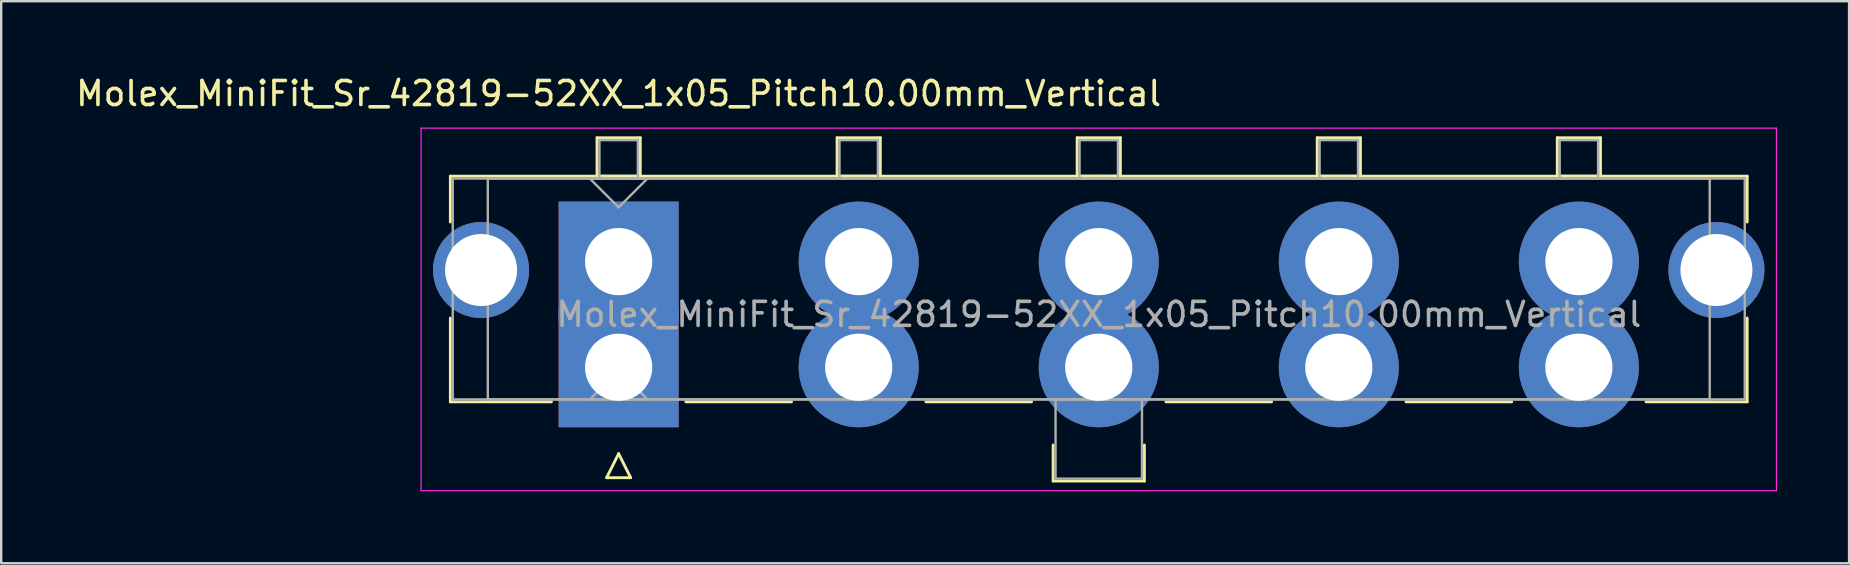
<source format=kicad_pcb>
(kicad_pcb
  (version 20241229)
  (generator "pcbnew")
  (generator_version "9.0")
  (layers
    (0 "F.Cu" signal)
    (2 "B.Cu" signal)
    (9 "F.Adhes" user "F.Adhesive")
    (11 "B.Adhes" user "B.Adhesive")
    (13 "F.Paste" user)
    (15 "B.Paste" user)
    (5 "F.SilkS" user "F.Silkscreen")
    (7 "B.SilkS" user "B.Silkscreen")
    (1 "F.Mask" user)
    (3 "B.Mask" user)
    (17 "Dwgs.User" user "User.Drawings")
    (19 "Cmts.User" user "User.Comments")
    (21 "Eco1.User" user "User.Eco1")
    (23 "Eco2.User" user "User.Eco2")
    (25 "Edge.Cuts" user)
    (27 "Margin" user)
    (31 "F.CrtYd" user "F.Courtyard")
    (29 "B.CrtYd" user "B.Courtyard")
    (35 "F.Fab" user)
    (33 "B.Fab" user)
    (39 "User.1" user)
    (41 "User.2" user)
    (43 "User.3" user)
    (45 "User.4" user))
  (footprint "Molex_MiniFit_Sr_42819-52XX_1x05_Pitch10.00mm_Vertical"
    (layer "F.Cu")
    (at 22.72 7.848)
    (property "Reference" "Molex_MiniFit_Sr_42819-52XX_1x05_Pitch10.00mm_Vertical" (at 0 -7 0) (layer "F.SilkS") (effects (font (size 1 1) (thickness 0.15))))
    (attr through_hole)
    (fp_line (start -7.01 -3.56) (end -7.01 -1.65) (stroke (width 0.12) (type solid)) (layer "F.SilkS"))
    (fp_line (start -7.01 2.35) (end -7.01 5.84) (stroke (width 0.12) (type solid)) (layer "F.SilkS"))
    (fp_line (start -7.01 5.84) (end -2.8 5.84) (stroke (width 0.12) (type solid)) (layer "F.SilkS"))
    (fp_line (start -0.9 -5.16) (end 0.9 -5.16) (stroke (width 0.12) (type solid)) (layer "F.SilkS"))
    (fp_line (start -0.9 -3.56) (end -0.9 -5.16) (stroke (width 0.12) (type solid)) (layer "F.SilkS"))
    (fp_line (start -0.5 9) (end 0 8) (stroke (width 0.12) (type solid)) (layer "F.SilkS"))
    (fp_line (start 0 8) (end 0.5 9) (stroke (width 0.12) (type solid)) (layer "F.SilkS"))
    (fp_line (start 0.5 9) (end -0.5 9) (stroke (width 0.12) (type solid)) (layer "F.SilkS"))
    (fp_line (start 0.9 -5.16) (end 0.9 -3.56) (stroke (width 0.12) (type solid)) (layer "F.SilkS"))
    (fp_line (start 0.9 -3.56) (end -0.9 -3.56) (stroke (width 0.12) (type solid)) (layer "F.SilkS"))
    (fp_line (start 2.8 5.84) (end 7.2 5.84) (stroke (width 0.12) (type solid)) (layer "F.SilkS"))
    (fp_line (start 9.1 -5.16) (end 10.9 -5.16) (stroke (width 0.12) (type solid)) (layer "F.SilkS"))
    (fp_line (start 9.1 -3.56) (end 9.1 -5.16) (stroke (width 0.12) (type solid)) (layer "F.SilkS"))
    (fp_line (start 10.9 -5.16) (end 10.9 -3.56) (stroke (width 0.12) (type solid)) (layer "F.SilkS"))
    (fp_line (start 10.9 -3.56) (end 9.1 -3.56) (stroke (width 0.12) (type solid)) (layer "F.SilkS"))
    (fp_line (start 12.8 5.84) (end 17.2 5.84) (stroke (width 0.12) (type solid)) (layer "F.SilkS"))
    (fp_line (start 18.1 7.64) (end 18.1 9.14) (stroke (width 0.12) (type solid)) (layer "F.SilkS"))
    (fp_line (start 18.1 9.14) (end 21.9 9.14) (stroke (width 0.12) (type solid)) (layer "F.SilkS"))
    (fp_line (start 19.1 -5.16) (end 20.9 -5.16) (stroke (width 0.12) (type solid)) (layer "F.SilkS"))
    (fp_line (start 19.1 -3.56) (end 19.1 -5.16) (stroke (width 0.12) (type solid)) (layer "F.SilkS"))
    (fp_line (start 20 -3.56) (end -7.01 -3.56) (stroke (width 0.12) (type solid)) (layer "F.SilkS"))
    (fp_line (start 20 -3.56) (end 47.01 -3.56) (stroke (width 0.12) (type solid)) (layer "F.SilkS"))
    (fp_line (start 20.9 -5.16) (end 20.9 -3.56) (stroke (width 0.12) (type solid)) (layer "F.SilkS"))
    (fp_line (start 20.9 -3.56) (end 19.1 -3.56) (stroke (width 0.12) (type solid)) (layer "F.SilkS"))
    (fp_line (start 21.9 9.14) (end 21.9 7.64) (stroke (width 0.12) (type solid)) (layer "F.SilkS"))
    (fp_line (start 22.8 5.84) (end 27.2 5.84) (stroke (width 0.12) (type solid)) (layer "F.SilkS"))
    (fp_line (start 29.1 -5.16) (end 30.9 -5.16) (stroke (width 0.12) (type solid)) (layer "F.SilkS"))
    (fp_line (start 29.1 -3.56) (end 29.1 -5.16) (stroke (width 0.12) (type solid)) (layer "F.SilkS"))
    (fp_line (start 30.9 -5.16) (end 30.9 -3.56) (stroke (width 0.12) (type solid)) (layer "F.SilkS"))
    (fp_line (start 30.9 -3.56) (end 29.1 -3.56) (stroke (width 0.12) (type solid)) (layer "F.SilkS"))
    (fp_line (start 32.8 5.84) (end 37.2 5.84) (stroke (width 0.12) (type solid)) (layer "F.SilkS"))
    (fp_line (start 39.1 -5.16) (end 40.9 -5.16) (stroke (width 0.12) (type solid)) (layer "F.SilkS"))
    (fp_line (start 39.1 -3.56) (end 39.1 -5.16) (stroke (width 0.12) (type solid)) (layer "F.SilkS"))
    (fp_line (start 40.9 -5.16) (end 40.9 -3.56) (stroke (width 0.12) (type solid)) (layer "F.SilkS"))
    (fp_line (start 40.9 -3.56) (end 39.1 -3.56) (stroke (width 0.12) (type solid)) (layer "F.SilkS"))
    (fp_line (start 47.01 -3.56) (end 47.01 -1.65) (stroke (width 0.12) (type solid)) (layer "F.SilkS"))
    (fp_line (start 47.01 2.35) (end 47.01 5.84) (stroke (width 0.12) (type solid)) (layer "F.SilkS"))
    (fp_line (start 47.01 5.84) (end 42.8 5.84) (stroke (width 0.12) (type solid)) (layer "F.SilkS"))
    (fp_line (start -8.23 -5.56) (end -8.23 9.54) (stroke (width 0.05) (type solid)) (layer "F.CrtYd"))
    (fp_line (start -8.23 9.54) (end 48.23 9.54) (stroke (width 0.05) (type solid)) (layer "F.CrtYd"))
    (fp_line (start 48.23 -5.56) (end -8.23 -5.56) (stroke (width 0.05) (type solid)) (layer "F.CrtYd"))
    (fp_line (start 48.23 9.54) (end 48.23 -5.56) (stroke (width 0.05) (type solid)) (layer "F.CrtYd"))
    (fp_line (start -6.91 -3.46) (end -6.91 5.74) (stroke (width 0.1) (type solid)) (layer "F.Fab"))
    (fp_line (start -6.91 5.74) (end 46.91 5.74) (stroke (width 0.1) (type solid)) (layer "F.Fab"))
    (fp_line (start -5.45 -3.46) (end -5.45 5.74) (stroke (width 0.1) (type solid)) (layer "F.Fab"))
    (fp_line (start -5.45 5.74) (end 45.45 5.74) (stroke (width 0.1) (type solid)) (layer "F.Fab"))
    (fp_line (start -1.2 -3.46) (end 0 -2.26) (stroke (width 0.1) (type solid)) (layer "F.Fab"))
    (fp_line (start -1.2 5.74) (end 0 4.54) (stroke (width 0.1) (type solid)) (layer "F.Fab"))
    (fp_line (start -0.8 -5.06) (end 0.8 -5.06) (stroke (width 0.1) (type solid)) (layer "F.Fab"))
    (fp_line (start -0.8 -3.46) (end -0.8 -5.06) (stroke (width 0.1) (type solid)) (layer "F.Fab"))
    (fp_line (start 0 -2.26) (end 1.2 -3.46) (stroke (width 0.1) (type solid)) (layer "F.Fab"))
    (fp_line (start 0 4.54) (end 1.2 5.74) (stroke (width 0.1) (type solid)) (layer "F.Fab"))
    (fp_line (start 0.8 -5.06) (end 0.8 -3.46) (stroke (width 0.1) (type solid)) (layer "F.Fab"))
    (fp_line (start 0.8 -3.46) (end -0.8 -3.46) (stroke (width 0.1) (type solid)) (layer "F.Fab"))
    (fp_line (start 1.2 -3.46) (end -1.2 -3.46) (stroke (width 0.1) (type solid)) (layer "F.Fab"))
    (fp_line (start 1.2 5.74) (end -1.2 5.74) (stroke (width 0.1) (type solid)) (layer "F.Fab"))
    (fp_line (start 9.2 -5.06) (end 10.8 -5.06) (stroke (width 0.1) (type solid)) (layer "F.Fab"))
    (fp_line (start 9.2 -3.46) (end 9.2 -5.06) (stroke (width 0.1) (type solid)) (layer "F.Fab"))
    (fp_line (start 10.8 -5.06) (end 10.8 -3.46) (stroke (width 0.1) (type solid)) (layer "F.Fab"))
    (fp_line (start 10.8 -3.46) (end 9.2 -3.46) (stroke (width 0.1) (type solid)) (layer "F.Fab"))
    (fp_line (start 18.2 5.74) (end 18.2 9.04) (stroke (width 0.1) (type solid)) (layer "F.Fab"))
    (fp_line (start 18.2 9.04) (end 21.8 9.04) (stroke (width 0.1) (type solid)) (layer "F.Fab"))
    (fp_line (start 19.2 -5.06) (end 20.8 -5.06) (stroke (width 0.1) (type solid)) (layer "F.Fab"))
    (fp_line (start 19.2 -3.46) (end 19.2 -5.06) (stroke (width 0.1) (type solid)) (layer "F.Fab"))
    (fp_line (start 20.8 -5.06) (end 20.8 -3.46) (stroke (width 0.1) (type solid)) (layer "F.Fab"))
    (fp_line (start 20.8 -3.46) (end 19.2 -3.46) (stroke (width 0.1) (type solid)) (layer "F.Fab"))
    (fp_line (start 21.8 5.74) (end 18.2 5.74) (stroke (width 0.1) (type solid)) (layer "F.Fab"))
    (fp_line (start 21.8 9.04) (end 21.8 5.74) (stroke (width 0.1) (type solid)) (layer "F.Fab"))
    (fp_line (start 29.2 -5.06) (end 30.8 -5.06) (stroke (width 0.1) (type solid)) (layer "F.Fab"))
    (fp_line (start 29.2 -3.46) (end 29.2 -5.06) (stroke (width 0.1) (type solid)) (layer "F.Fab"))
    (fp_line (start 30.8 -5.06) (end 30.8 -3.46) (stroke (width 0.1) (type solid)) (layer "F.Fab"))
    (fp_line (start 30.8 -3.46) (end 29.2 -3.46) (stroke (width 0.1) (type solid)) (layer "F.Fab"))
    (fp_line (start 39.2 -5.06) (end 40.8 -5.06) (stroke (width 0.1) (type solid)) (layer "F.Fab"))
    (fp_line (start 39.2 -3.46) (end 39.2 -5.06) (stroke (width 0.1) (type solid)) (layer "F.Fab"))
    (fp_line (start 40.8 -5.06) (end 40.8 -3.46) (stroke (width 0.1) (type solid)) (layer "F.Fab"))
    (fp_line (start 40.8 -3.46) (end 39.2 -3.46) (stroke (width 0.1) (type solid)) (layer "F.Fab"))
    (fp_line (start 45.45 -3.46) (end -5.45 -3.46) (stroke (width 0.1) (type solid)) (layer "F.Fab"))
    (fp_line (start 45.45 5.74) (end 45.45 -3.46) (stroke (width 0.1) (type solid)) (layer "F.Fab"))
    (fp_line (start 46.91 -3.46) (end -6.91 -3.46) (stroke (width 0.1) (type solid)) (layer "F.Fab"))
    (fp_line (start 46.91 5.74) (end 46.91 -3.46) (stroke (width 0.1) (type solid)) (layer "F.Fab"))
    (fp_text user "${REFERENCE}" (at 20 2.2 0) (layer "F.Fab") (effects (font (size 1 1) (thickness 0.15))))
    (pad "" thru_hole circle (at -5.73 0.35) (size 4 4) (drill 3) (layers "*.Cu" "*.Mask"))
    (pad "" thru_hole circle (at 45.73 0.35) (size 4 4) (drill 3) (layers "*.Cu" "*.Mask"))
    (pad "1" thru_hole rect (at 0 0) (size 5 5) (drill 2.8) (layers "*.Cu" "*.Mask"))
    (pad "1" thru_hole rect (at 0 4.4) (size 5 5) (drill 2.8) (layers "*.Cu" "*.Mask"))
    (pad "2" thru_hole circle (at 10 0) (size 5 5) (drill 2.8) (layers "*.Cu" "*.Mask"))
    (pad "2" thru_hole circle (at 10 4.4) (size 5 5) (drill 2.8) (layers "*.Cu" "*.Mask"))
    (pad "3" thru_hole circle (at 20 0) (size 5 5) (drill 2.8) (layers "*.Cu" "*.Mask"))
    (pad "3" thru_hole circle (at 20 4.4) (size 5 5) (drill 2.8) (layers "*.Cu" "*.Mask"))
    (pad "4" thru_hole circle (at 30 0) (size 5 5) (drill 2.8) (layers "*.Cu" "*.Mask"))
    (pad "4" thru_hole circle (at 30 4.4) (size 5 5) (drill 2.8) (layers "*.Cu" "*.Mask"))
    (pad "5" thru_hole circle (at 40 0) (size 5 5) (drill 2.8) (layers "*.Cu" "*.Mask"))
    (pad "5" thru_hole circle (at 40 4.4) (size 5 5) (drill 2.8) (layers "*.Cu" "*.Mask")))
  (gr_rect
    (start -3 -3)
    (end 73.975 20.413)
    (stroke (width 0.1) (type default))
    (fill no)
    (layer "Edge.Cuts")))
</source>
